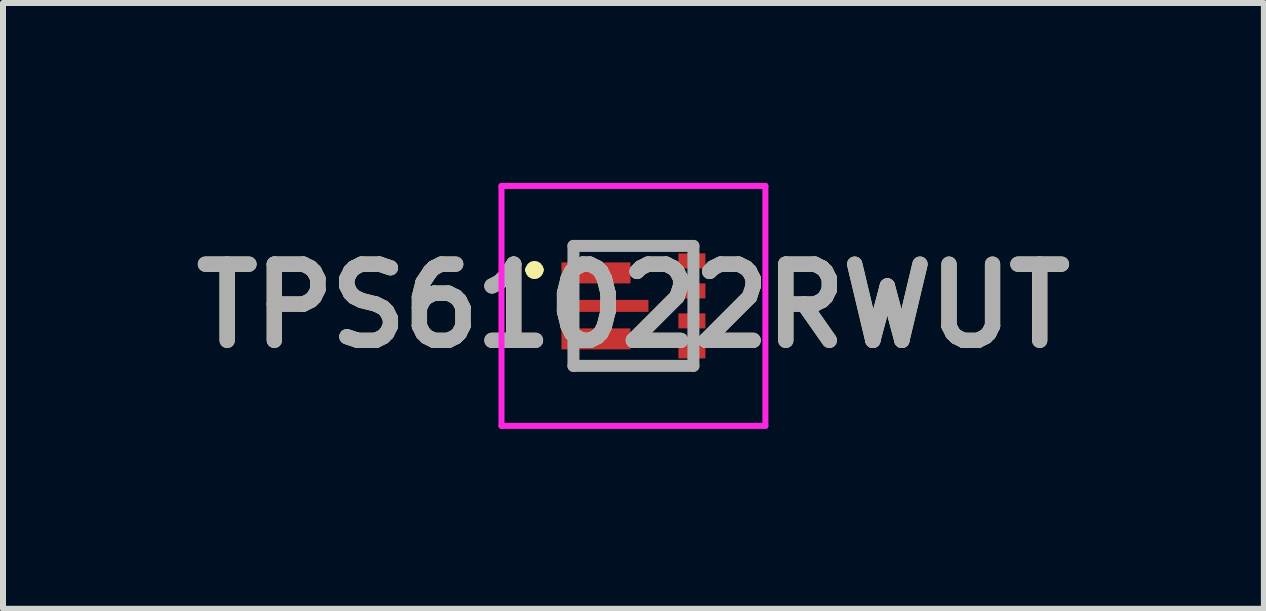
<source format=kicad_pcb>
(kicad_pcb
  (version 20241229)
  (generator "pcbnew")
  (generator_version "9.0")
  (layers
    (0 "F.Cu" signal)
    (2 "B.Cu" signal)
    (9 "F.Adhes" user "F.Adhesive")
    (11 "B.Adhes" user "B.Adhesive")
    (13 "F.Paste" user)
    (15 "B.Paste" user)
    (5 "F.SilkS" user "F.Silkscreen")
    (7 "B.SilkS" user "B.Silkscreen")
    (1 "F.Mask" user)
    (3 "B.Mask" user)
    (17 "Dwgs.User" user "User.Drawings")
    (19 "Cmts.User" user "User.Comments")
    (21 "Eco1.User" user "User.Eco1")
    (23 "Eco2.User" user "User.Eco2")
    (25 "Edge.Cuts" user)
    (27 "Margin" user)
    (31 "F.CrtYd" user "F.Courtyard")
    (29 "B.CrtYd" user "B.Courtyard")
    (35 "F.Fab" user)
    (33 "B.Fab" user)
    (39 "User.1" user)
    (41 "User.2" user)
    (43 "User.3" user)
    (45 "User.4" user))
  (footprint "TPS61022RWUT"
    (layer "F.Cu")
    (at 7.511 2.05)
    (property "Reference" "TPS61022RWUT" (at 0 0 0) (layer "F.SilkS") (effects (font (size 1.27 1.27) (thickness 0.254))))
    (attr smd)
    (fp_line (start -1.7 -0.6) (end -1.7 -0.6) (stroke (width 0.2) (type solid)) (layer "F.SilkS"))
    (fp_line (start -1.7 -0.6) (end -1.7 -0.6) (stroke (width 0.2) (type solid)) (layer "F.SilkS"))
    (fp_line (start -1.6 -0.6) (end -1.6 -0.6) (stroke (width 0.2) (type solid)) (layer "F.SilkS"))
    (fp_line (start -1 -1) (end -1 -1) (stroke (width 0.1) (type solid)) (layer "F.SilkS"))
    (fp_line (start -1 -1) (end -1 -1) (stroke (width 0.1) (type solid)) (layer "F.SilkS"))
    (fp_line (start -1 -1) (end -1 -0.9) (stroke (width 0.1) (type solid)) (layer "F.SilkS"))
    (fp_line (start -1 -1) (end 0.975 -1) (stroke (width 0.1) (type solid)) (layer "F.SilkS"))
    (fp_line (start -1 -0.9) (end -1 -1) (stroke (width 0.1) (type solid)) (layer "F.SilkS"))
    (fp_line (start -1 -0.9) (end -1 -0.9) (stroke (width 0.1) (type solid)) (layer "F.SilkS"))
    (fp_line (start -1 -0.3) (end -1 -0.3) (stroke (width 0.1) (type solid)) (layer "F.SilkS"))
    (fp_line (start -1 -0.3) (end -1 -0.2) (stroke (width 0.1) (type solid)) (layer "F.SilkS"))
    (fp_line (start -1 -0.2) (end -1 -0.3) (stroke (width 0.1) (type solid)) (layer "F.SilkS"))
    (fp_line (start -1 -0.2) (end -1 -0.2) (stroke (width 0.1) (type solid)) (layer "F.SilkS"))
    (fp_line (start -1 0.2) (end -1 0.2) (stroke (width 0.1) (type solid)) (layer "F.SilkS"))
    (fp_line (start -1 0.2) (end -1 0.25) (stroke (width 0.1) (type solid)) (layer "F.SilkS"))
    (fp_line (start -1 0.25) (end -1 0.2) (stroke (width 0.1) (type solid)) (layer "F.SilkS"))
    (fp_line (start -1 0.25) (end -1 0.25) (stroke (width 0.1) (type solid)) (layer "F.SilkS"))
    (fp_line (start -1 0.8) (end -1 0.8) (stroke (width 0.1) (type solid)) (layer "F.SilkS"))
    (fp_line (start -1 0.8) (end -1 1) (stroke (width 0.1) (type solid)) (layer "F.SilkS"))
    (fp_line (start -1 1) (end -1 0.8) (stroke (width 0.1) (type solid)) (layer "F.SilkS"))
    (fp_line (start -1 1) (end -1 1) (stroke (width 0.1) (type solid)) (layer "F.SilkS"))
    (fp_line (start -1 1) (end -1 1) (stroke (width 0.1) (type solid)) (layer "F.SilkS"))
    (fp_line (start -1 1) (end 1 1) (stroke (width 0.1) (type solid)) (layer "F.SilkS"))
    (fp_line (start 0.975 -1) (end -1 -1) (stroke (width 0.1) (type solid)) (layer "F.SilkS"))
    (fp_line (start 0.975 -1) (end 0.975 -1) (stroke (width 0.1) (type solid)) (layer "F.SilkS"))
    (fp_line (start 1 -0.55) (end 1 -0.55) (stroke (width 0.1) (type solid)) (layer "F.SilkS"))
    (fp_line (start 1 -0.55) (end 1 -0.5) (stroke (width 0.1) (type solid)) (layer "F.SilkS"))
    (fp_line (start 1 -0.5) (end 1 -0.55) (stroke (width 0.1) (type solid)) (layer "F.SilkS"))
    (fp_line (start 1 -0.5) (end 1 -0.5) (stroke (width 0.1) (type solid)) (layer "F.SilkS"))
    (fp_line (start 1 0.5) (end 1 0.5) (stroke (width 0.1) (type solid)) (layer "F.SilkS"))
    (fp_line (start 1 0.5) (end 1 0.55) (stroke (width 0.1) (type solid)) (layer "F.SilkS"))
    (fp_line (start 1 0.55) (end 1 0.5) (stroke (width 0.1) (type solid)) (layer "F.SilkS"))
    (fp_line (start 1 0.55) (end 1 0.55) (stroke (width 0.1) (type solid)) (layer "F.SilkS"))
    (fp_line (start 1 1) (end -1 1) (stroke (width 0.1) (type solid)) (layer "F.SilkS"))
    (fp_line (start 1 1) (end 1 1) (stroke (width 0.1) (type solid)) (layer "F.SilkS"))
    (fp_arc (start -1.7 -0.6) (mid -1.65 -0.65) (end -1.6 -0.6) (stroke (width 0.2) (type solid)) (layer "F.SilkS"))
    (fp_arc (start -1.6 -0.6) (mid -1.65 -0.55) (end -1.7 -0.6) (stroke (width 0.2) (type solid)) (layer "F.SilkS"))
    (fp_arc (start -1.6 -0.6) (mid -1.65 -0.55) (end -1.7 -0.6) (stroke (width 0.2) (type solid)) (layer "F.SilkS"))
    (fp_line (start -2.2 -2) (end 2.2 -2) (stroke (width 0.1) (type solid)) (layer "F.CrtYd"))
    (fp_line (start -2.2 2) (end -2.2 -2) (stroke (width 0.1) (type solid)) (layer "F.CrtYd"))
    (fp_line (start 2.2 -2) (end 2.2 2) (stroke (width 0.1) (type solid)) (layer "F.CrtYd"))
    (fp_line (start 2.2 2) (end -2.2 2) (stroke (width 0.1) (type solid)) (layer "F.CrtYd"))
    (fp_line (start -1 -1) (end -1 1) (stroke (width 0.2) (type solid)) (layer "F.Fab"))
    (fp_line (start -1 1) (end 1 1) (stroke (width 0.2) (type solid)) (layer "F.Fab"))
    (fp_line (start 1 -1) (end -1 -1) (stroke (width 0.2) (type solid)) (layer "F.Fab"))
    (fp_line (start 1 1) (end 1 -1) (stroke (width 0.2) (type solid)) (layer "F.Fab"))
    (fp_text user "${REFERENCE}" (at 0 0 0) (layer "F.Fab") (effects (font (size 1.27 1.27) (thickness 0.254))))
    (pad "1" smd rect (at -0.625 -0.55 90) (size 0.35 1.15) (layers "F.Cu" "F.Mask" "F.Paste"))
    (pad "2" smd rect (at -0.475 0 90) (size 0.2 1.45) (layers "F.Cu" "F.Mask" "F.Paste"))
    (pad "3" smd rect (at -0.625 0.55 90) (size 0.35 1.15) (layers "F.Cu" "F.Mask" "F.Paste"))
    (pad "4" smd rect (at 0.975 0.75 90) (size 0.25 0.45) (layers "F.Cu" "F.Mask" "F.Paste"))
    (pad "5" smd rect (at 0.975 0.25 90) (size 0.25 0.45) (layers "F.Cu" "F.Mask" "F.Paste"))
    (pad "6" smd rect (at 0.975 -0.25 90) (size 0.25 0.45) (layers "F.Cu" "F.Mask" "F.Paste"))
    (pad "7" smd rect (at 0.975 -0.75 90) (size 0.25 0.45) (layers "F.Cu" "F.Mask" "F.Paste")))
  (gr_rect
    (start -3 -3)
    (end 18.022 7.1)
    (stroke (width 0.1) (type default))
    (fill no)
    (layer "Edge.Cuts")))
</source>
